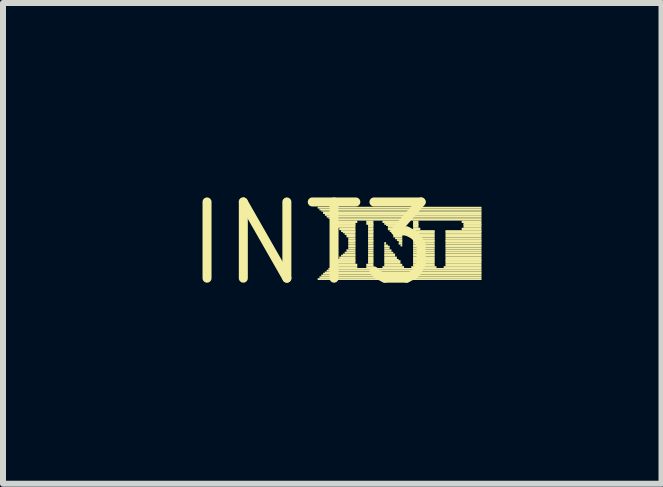
<source format=kicad_pcb>
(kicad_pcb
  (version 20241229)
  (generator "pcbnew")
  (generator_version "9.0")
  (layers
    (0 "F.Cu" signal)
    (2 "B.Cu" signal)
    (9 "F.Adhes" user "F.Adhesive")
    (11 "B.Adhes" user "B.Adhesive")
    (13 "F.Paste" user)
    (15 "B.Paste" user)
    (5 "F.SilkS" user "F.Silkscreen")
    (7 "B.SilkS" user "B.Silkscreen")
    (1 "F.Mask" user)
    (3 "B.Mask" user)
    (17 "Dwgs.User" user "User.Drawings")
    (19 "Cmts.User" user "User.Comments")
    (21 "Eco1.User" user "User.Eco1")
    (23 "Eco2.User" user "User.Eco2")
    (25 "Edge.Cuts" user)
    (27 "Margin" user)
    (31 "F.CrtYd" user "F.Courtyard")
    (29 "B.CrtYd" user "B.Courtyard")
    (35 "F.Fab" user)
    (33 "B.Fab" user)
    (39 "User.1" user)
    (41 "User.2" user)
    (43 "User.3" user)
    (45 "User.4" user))
  (footprint "INT3"
    (layer "F.Cu")
    (at 2.154 1.006)
    (property "Reference" "INT3" (at 0 0 0) (layer "F.SilkS") (effects (font (size 1.27 1.27) (thickness 0.15))))
    (fp_poly (pts (xy 0.09 -0.58) (xy 2.82 -0.58) (xy 2.82 -0.61) (xy 0.09 -0.61)) (stroke (width 0) (type default)) (fill yes) (layer "F.SilkS"))
    (fp_poly (pts (xy 0.09 0.61) (xy 2.82 0.61) (xy 2.82 0.58) (xy 0.09 0.58)) (stroke (width 0) (type default)) (fill yes) (layer "F.SilkS"))
    (fp_poly (pts (xy 0.12 -0.55) (xy 2.82 -0.55) (xy 2.82 -0.58) (xy 0.12 -0.58)) (stroke (width 0) (type default)) (fill yes) (layer "F.SilkS"))
    (fp_poly (pts (xy 0.12 0.58) (xy 2.82 0.58) (xy 2.82 0.55) (xy 0.12 0.55)) (stroke (width 0) (type default)) (fill yes) (layer "F.SilkS"))
    (fp_poly (pts (xy 0.15 -0.53) (xy 2.82 -0.53) (xy 2.82 -0.55) (xy 0.15 -0.55)) (stroke (width 0) (type default)) (fill yes) (layer "F.SilkS"))
    (fp_poly (pts (xy 0.15 0.55) (xy 2.82 0.55) (xy 2.82 0.52) (xy 0.15 0.52)) (stroke (width 0) (type default)) (fill yes) (layer "F.SilkS"))
    (fp_poly (pts (xy 0.18 -0.49) (xy 2.82 -0.49) (xy 2.82 -0.53) (xy 0.18 -0.53)) (stroke (width 0) (type default)) (fill yes) (layer "F.SilkS"))
    (fp_poly (pts (xy 0.18 0.52) (xy 2.82 0.52) (xy 2.82 0.49) (xy 0.18 0.49)) (stroke (width 0) (type default)) (fill yes) (layer "F.SilkS"))
    (fp_poly (pts (xy 0.21 -0.46) (xy 2.82 -0.46) (xy 2.82 -0.49) (xy 0.21 -0.49)) (stroke (width 0) (type default)) (fill yes) (layer "F.SilkS"))
    (fp_poly (pts (xy 0.21 0.5) (xy 2.82 0.5) (xy 2.82 0.47) (xy 0.21 0.47)) (stroke (width 0) (type default)) (fill yes) (layer "F.SilkS"))
    (fp_poly (pts (xy 0.24 -0.43) (xy 2.82 -0.43) (xy 2.82 -0.46) (xy 0.24 -0.46)) (stroke (width 0) (type default)) (fill yes) (layer "F.SilkS"))
    (fp_poly (pts (xy 0.24 0.47) (xy 2.82 0.47) (xy 2.82 0.44) (xy 0.24 0.44)) (stroke (width 0) (type default)) (fill yes) (layer "F.SilkS"))
    (fp_poly (pts (xy 0.27 -0.41) (xy 2.82 -0.41) (xy 2.82 -0.43) (xy 0.27 -0.43)) (stroke (width 0) (type default)) (fill yes) (layer "F.SilkS"))
    (fp_poly (pts (xy 0.27 0.44) (xy 2.82 0.44) (xy 2.82 0.41) (xy 0.27 0.41)) (stroke (width 0) (type default)) (fill yes) (layer "F.SilkS"))
    (fp_poly (pts (xy 0.3 -0.38) (xy 2.82 -0.38) (xy 2.82 -0.41) (xy 0.3 -0.41)) (stroke (width 0) (type default)) (fill yes) (layer "F.SilkS"))
    (fp_poly (pts (xy 0.3 0.41) (xy 0.75 0.41) (xy 0.75 0.38) (xy 0.3 0.38)) (stroke (width 0) (type default)) (fill yes) (layer "F.SilkS"))
    (fp_poly (pts (xy 0.33 -0.34) (xy 0.75 -0.34) (xy 0.75 -0.38) (xy 0.33 -0.38)) (stroke (width 0) (type default)) (fill yes) (layer "F.SilkS"))
    (fp_poly (pts (xy 0.33 0.38) (xy 0.75 0.38) (xy 0.75 0.34) (xy 0.33 0.34)) (stroke (width 0) (type default)) (fill yes) (layer "F.SilkS"))
    (fp_poly (pts (xy 0.36 -0.31) (xy 0.72 -0.31) (xy 0.72 -0.34) (xy 0.36 -0.34)) (stroke (width 0) (type default)) (fill yes) (layer "F.SilkS"))
    (fp_poly (pts (xy 0.36 0.34) (xy 0.72 0.34) (xy 0.72 0.31) (xy 0.36 0.31)) (stroke (width 0) (type default)) (fill yes) (layer "F.SilkS"))
    (fp_poly (pts (xy 0.39 -0.29) (xy 0.72 -0.29) (xy 0.72 -0.32) (xy 0.39 -0.32)) (stroke (width 0) (type default)) (fill yes) (layer "F.SilkS"))
    (fp_poly (pts (xy 0.39 0.31) (xy 0.72 0.31) (xy 0.72 0.28) (xy 0.39 0.28)) (stroke (width 0) (type default)) (fill yes) (layer "F.SilkS"))
    (fp_poly (pts (xy 0.42 -0.26) (xy 0.72 -0.26) (xy 0.72 -0.29) (xy 0.42 -0.29)) (stroke (width 0) (type default)) (fill yes) (layer "F.SilkS"))
    (fp_poly (pts (xy 0.42 0.29) (xy 0.72 0.29) (xy 0.72 0.26) (xy 0.42 0.26)) (stroke (width 0) (type default)) (fill yes) (layer "F.SilkS"))
    (fp_poly (pts (xy 0.45 -0.22) (xy 0.72 -0.22) (xy 0.72 -0.26) (xy 0.45 -0.26)) (stroke (width 0) (type default)) (fill yes) (layer "F.SilkS"))
    (fp_poly (pts (xy 0.45 0.26) (xy 0.72 0.26) (xy 0.72 0.22) (xy 0.45 0.22)) (stroke (width 0) (type default)) (fill yes) (layer "F.SilkS"))
    (fp_poly (pts (xy 0.48 -0.19) (xy 0.72 -0.19) (xy 0.72 -0.22) (xy 0.48 -0.22)) (stroke (width 0) (type default)) (fill yes) (layer "F.SilkS"))
    (fp_poly (pts (xy 0.48 0.22) (xy 0.72 0.22) (xy 0.72 0.19) (xy 0.48 0.19)) (stroke (width 0) (type default)) (fill yes) (layer "F.SilkS"))
    (fp_poly (pts (xy 0.51 -0.17) (xy 0.72 -0.17) (xy 0.72 -0.2) (xy 0.51 -0.2)) (stroke (width 0) (type default)) (fill yes) (layer "F.SilkS"))
    (fp_poly (pts (xy 0.51 0.2) (xy 0.72 0.2) (xy 0.72 0.17) (xy 0.51 0.17)) (stroke (width 0) (type default)) (fill yes) (layer "F.SilkS"))
    (fp_poly (pts (xy 0.54 -0.14) (xy 0.72 -0.14) (xy 0.72 -0.17) (xy 0.54 -0.17)) (stroke (width 0) (type default)) (fill yes) (layer "F.SilkS"))
    (fp_poly (pts (xy 0.54 0.17) (xy 0.72 0.17) (xy 0.72 0.14) (xy 0.54 0.14)) (stroke (width 0) (type default)) (fill yes) (layer "F.SilkS"))
    (fp_poly (pts (xy 0.57 -0.1) (xy 0.72 -0.1) (xy 0.72 -0.14) (xy 0.57 -0.14)) (stroke (width 0) (type default)) (fill yes) (layer "F.SilkS"))
    (fp_poly (pts (xy 0.57 0.14) (xy 0.72 0.14) (xy 0.72 0.1) (xy 0.57 0.1)) (stroke (width 0) (type default)) (fill yes) (layer "F.SilkS"))
    (fp_poly (pts (xy 0.6 -0.07) (xy 0.72 -0.07) (xy 0.72 -0.1) (xy 0.6 -0.1)) (stroke (width 0) (type default)) (fill yes) (layer "F.SilkS"))
    (fp_poly (pts (xy 0.6 -0.04) (xy 0.72 -0.04) (xy 0.72 -0.07) (xy 0.6 -0.07)) (stroke (width 0) (type default)) (fill yes) (layer "F.SilkS"))
    (fp_poly (pts (xy 0.6 -0.02) (xy 0.72 -0.02) (xy 0.72 -0.05) (xy 0.6 -0.05)) (stroke (width 0) (type default)) (fill yes) (layer "F.SilkS"))
    (fp_poly (pts (xy 0.6 0.02) (xy 0.72 0.02) (xy 0.72 -0.02) (xy 0.6 -0.02)) (stroke (width 0) (type default)) (fill yes) (layer "F.SilkS"))
    (fp_poly (pts (xy 0.6 0.05) (xy 0.72 0.05) (xy 0.72 0.02) (xy 0.6 0.02)) (stroke (width 0) (type default)) (fill yes) (layer "F.SilkS"))
    (fp_poly (pts (xy 0.6 0.07) (xy 0.72 0.07) (xy 0.72 0.04) (xy 0.6 0.04)) (stroke (width 0) (type default)) (fill yes) (layer "F.SilkS"))
    (fp_poly (pts (xy 0.6 0.1) (xy 0.72 0.1) (xy 0.72 0.07) (xy 0.6 0.07)) (stroke (width 0) (type default)) (fill yes) (layer "F.SilkS"))
    (fp_poly (pts (xy 0.9 -0.34) (xy 1.02 -0.34) (xy 1.02 -0.38) (xy 0.9 -0.38)) (stroke (width 0) (type default)) (fill yes) (layer "F.SilkS"))
    (fp_poly (pts (xy 0.9 -0.31) (xy 1.02 -0.31) (xy 1.02 -0.34) (xy 0.9 -0.34)) (stroke (width 0) (type default)) (fill yes) (layer "F.SilkS"))
    (fp_poly (pts (xy 0.9 0.38) (xy 1.02 0.38) (xy 1.02 0.34) (xy 0.9 0.34)) (stroke (width 0) (type default)) (fill yes) (layer "F.SilkS"))
    (fp_poly (pts (xy 0.9 0.41) (xy 1.02 0.41) (xy 1.02 0.38) (xy 0.9 0.38)) (stroke (width 0) (type default)) (fill yes) (layer "F.SilkS"))
    (fp_poly (pts (xy 0.93 -0.29) (xy 1.02 -0.29) (xy 1.02 -0.32) (xy 0.93 -0.32)) (stroke (width 0) (type default)) (fill yes) (layer "F.SilkS"))
    (fp_poly (pts (xy 0.93 -0.26) (xy 1.02 -0.26) (xy 1.02 -0.29) (xy 0.93 -0.29)) (stroke (width 0) (type default)) (fill yes) (layer "F.SilkS"))
    (fp_poly (pts (xy 0.93 -0.22) (xy 1.02 -0.22) (xy 1.02 -0.26) (xy 0.93 -0.26)) (stroke (width 0) (type default)) (fill yes) (layer "F.SilkS"))
    (fp_poly (pts (xy 0.93 -0.19) (xy 1.02 -0.19) (xy 1.02 -0.22) (xy 0.93 -0.22)) (stroke (width 0) (type default)) (fill yes) (layer "F.SilkS"))
    (fp_poly (pts (xy 0.93 -0.17) (xy 1.02 -0.17) (xy 1.02 -0.2) (xy 0.93 -0.2)) (stroke (width 0) (type default)) (fill yes) (layer "F.SilkS"))
    (fp_poly (pts (xy 0.93 -0.14) (xy 1.02 -0.14) (xy 1.02 -0.17) (xy 0.93 -0.17)) (stroke (width 0) (type default)) (fill yes) (layer "F.SilkS"))
    (fp_poly (pts (xy 0.93 -0.1) (xy 1.02 -0.1) (xy 1.02 -0.14) (xy 0.93 -0.14)) (stroke (width 0) (type default)) (fill yes) (layer "F.SilkS"))
    (fp_poly (pts (xy 0.93 -0.07) (xy 1.02 -0.07) (xy 1.02 -0.1) (xy 0.93 -0.1)) (stroke (width 0) (type default)) (fill yes) (layer "F.SilkS"))
    (fp_poly (pts (xy 0.93 -0.04) (xy 1.02 -0.04) (xy 1.02 -0.07) (xy 0.93 -0.07)) (stroke (width 0) (type default)) (fill yes) (layer "F.SilkS"))
    (fp_poly (pts (xy 0.93 -0.02) (xy 1.02 -0.02) (xy 1.02 -0.05) (xy 0.93 -0.05)) (stroke (width 0) (type default)) (fill yes) (layer "F.SilkS"))
    (fp_poly (pts (xy 0.93 0.02) (xy 1.02 0.02) (xy 1.02 -0.02) (xy 0.93 -0.02)) (stroke (width 0) (type default)) (fill yes) (layer "F.SilkS"))
    (fp_poly (pts (xy 0.93 0.05) (xy 1.02 0.05) (xy 1.02 0.02) (xy 0.93 0.02)) (stroke (width 0) (type default)) (fill yes) (layer "F.SilkS"))
    (fp_poly (pts (xy 0.93 0.07) (xy 1.02 0.07) (xy 1.02 0.04) (xy 0.93 0.04)) (stroke (width 0) (type default)) (fill yes) (layer "F.SilkS"))
    (fp_poly (pts (xy 0.93 0.1) (xy 1.02 0.1) (xy 1.02 0.07) (xy 0.93 0.07)) (stroke (width 0) (type default)) (fill yes) (layer "F.SilkS"))
    (fp_poly (pts (xy 0.93 0.14) (xy 1.02 0.14) (xy 1.02 0.1) (xy 0.93 0.1)) (stroke (width 0) (type default)) (fill yes) (layer "F.SilkS"))
    (fp_poly (pts (xy 0.93 0.17) (xy 1.02 0.17) (xy 1.02 0.14) (xy 0.93 0.14)) (stroke (width 0) (type default)) (fill yes) (layer "F.SilkS"))
    (fp_poly (pts (xy 0.93 0.2) (xy 1.02 0.2) (xy 1.02 0.17) (xy 0.93 0.17)) (stroke (width 0) (type default)) (fill yes) (layer "F.SilkS"))
    (fp_poly (pts (xy 0.93 0.22) (xy 1.02 0.22) (xy 1.02 0.19) (xy 0.93 0.19)) (stroke (width 0) (type default)) (fill yes) (layer "F.SilkS"))
    (fp_poly (pts (xy 0.93 0.26) (xy 1.02 0.26) (xy 1.02 0.22) (xy 0.93 0.22)) (stroke (width 0) (type default)) (fill yes) (layer "F.SilkS"))
    (fp_poly (pts (xy 0.93 0.29) (xy 1.02 0.29) (xy 1.02 0.26) (xy 0.93 0.26)) (stroke (width 0) (type default)) (fill yes) (layer "F.SilkS"))
    (fp_poly (pts (xy 0.93 0.31) (xy 1.02 0.31) (xy 1.02 0.28) (xy 0.93 0.28)) (stroke (width 0) (type default)) (fill yes) (layer "F.SilkS"))
    (fp_poly (pts (xy 0.93 0.34) (xy 1.02 0.34) (xy 1.02 0.31) (xy 0.93 0.31)) (stroke (width 0) (type default)) (fill yes) (layer "F.SilkS"))
    (fp_poly (pts (xy 1.17 -0.34) (xy 1.53 -0.34) (xy 1.53 -0.38) (xy 1.17 -0.38)) (stroke (width 0) (type default)) (fill yes) (layer "F.SilkS"))
    (fp_poly (pts (xy 1.17 0.41) (xy 1.53 0.41) (xy 1.53 0.38) (xy 1.17 0.38)) (stroke (width 0) (type default)) (fill yes) (layer "F.SilkS"))
    (fp_poly (pts (xy 1.2 -0.31) (xy 1.5 -0.31) (xy 1.5 -0.34) (xy 1.2 -0.34)) (stroke (width 0) (type default)) (fill yes) (layer "F.SilkS"))
    (fp_poly (pts (xy 1.2 0.02) (xy 1.23 0.02) (xy 1.23 -0.02) (xy 1.2 -0.02)) (stroke (width 0) (type default)) (fill yes) (layer "F.SilkS"))
    (fp_poly (pts (xy 1.2 0.05) (xy 1.26 0.05) (xy 1.26 0.02) (xy 1.2 0.02)) (stroke (width 0) (type default)) (fill yes) (layer "F.SilkS"))
    (fp_poly (pts (xy 1.2 0.07) (xy 1.29 0.07) (xy 1.29 0.04) (xy 1.2 0.04)) (stroke (width 0) (type default)) (fill yes) (layer "F.SilkS"))
    (fp_poly (pts (xy 1.2 0.1) (xy 1.29 0.1) (xy 1.29 0.07) (xy 1.2 0.07)) (stroke (width 0) (type default)) (fill yes) (layer "F.SilkS"))
    (fp_poly (pts (xy 1.2 0.14) (xy 1.32 0.14) (xy 1.32 0.1) (xy 1.2 0.1)) (stroke (width 0) (type default)) (fill yes) (layer "F.SilkS"))
    (fp_poly (pts (xy 1.2 0.17) (xy 1.35 0.17) (xy 1.35 0.14) (xy 1.2 0.14)) (stroke (width 0) (type default)) (fill yes) (layer "F.SilkS"))
    (fp_poly (pts (xy 1.2 0.2) (xy 1.38 0.2) (xy 1.38 0.17) (xy 1.2 0.17)) (stroke (width 0) (type default)) (fill yes) (layer "F.SilkS"))
    (fp_poly (pts (xy 1.2 0.22) (xy 1.38 0.22) (xy 1.38 0.19) (xy 1.2 0.19)) (stroke (width 0) (type default)) (fill yes) (layer "F.SilkS"))
    (fp_poly (pts (xy 1.2 0.26) (xy 1.41 0.26) (xy 1.41 0.22) (xy 1.2 0.22)) (stroke (width 0) (type default)) (fill yes) (layer "F.SilkS"))
    (fp_poly (pts (xy 1.2 0.29) (xy 1.44 0.29) (xy 1.44 0.26) (xy 1.2 0.26)) (stroke (width 0) (type default)) (fill yes) (layer "F.SilkS"))
    (fp_poly (pts (xy 1.2 0.31) (xy 1.47 0.31) (xy 1.47 0.28) (xy 1.2 0.28)) (stroke (width 0) (type default)) (fill yes) (layer "F.SilkS"))
    (fp_poly (pts (xy 1.2 0.34) (xy 1.47 0.34) (xy 1.47 0.31) (xy 1.2 0.31)) (stroke (width 0) (type default)) (fill yes) (layer "F.SilkS"))
    (fp_poly (pts (xy 1.2 0.38) (xy 1.5 0.38) (xy 1.5 0.34) (xy 1.2 0.34)) (stroke (width 0) (type default)) (fill yes) (layer "F.SilkS"))
    (fp_poly (pts (xy 1.23 -0.29) (xy 1.5 -0.29) (xy 1.5 -0.32) (xy 1.23 -0.32)) (stroke (width 0) (type default)) (fill yes) (layer "F.SilkS"))
    (fp_poly (pts (xy 1.26 -0.26) (xy 1.5 -0.26) (xy 1.5 -0.29) (xy 1.26 -0.29)) (stroke (width 0) (type default)) (fill yes) (layer "F.SilkS"))
    (fp_poly (pts (xy 1.26 -0.22) (xy 1.5 -0.22) (xy 1.5 -0.26) (xy 1.26 -0.26)) (stroke (width 0) (type default)) (fill yes) (layer "F.SilkS"))
    (fp_poly (pts (xy 1.29 -0.19) (xy 1.5 -0.19) (xy 1.5 -0.22) (xy 1.29 -0.22)) (stroke (width 0) (type default)) (fill yes) (layer "F.SilkS"))
    (fp_poly (pts (xy 1.32 -0.17) (xy 1.5 -0.17) (xy 1.5 -0.2) (xy 1.32 -0.2)) (stroke (width 0) (type default)) (fill yes) (layer "F.SilkS"))
    (fp_poly (pts (xy 1.35 -0.14) (xy 1.5 -0.14) (xy 1.5 -0.17) (xy 1.35 -0.17)) (stroke (width 0) (type default)) (fill yes) (layer "F.SilkS"))
    (fp_poly (pts (xy 1.35 -0.1) (xy 1.5 -0.1) (xy 1.5 -0.14) (xy 1.35 -0.14)) (stroke (width 0) (type default)) (fill yes) (layer "F.SilkS"))
    (fp_poly (pts (xy 1.38 -0.07) (xy 1.5 -0.07) (xy 1.5 -0.1) (xy 1.38 -0.1)) (stroke (width 0) (type default)) (fill yes) (layer "F.SilkS"))
    (fp_poly (pts (xy 1.41 -0.04) (xy 1.5 -0.04) (xy 1.5 -0.07) (xy 1.41 -0.07)) (stroke (width 0) (type default)) (fill yes) (layer "F.SilkS"))
    (fp_poly (pts (xy 1.44 -0.02) (xy 1.5 -0.02) (xy 1.5 -0.05) (xy 1.44 -0.05)) (stroke (width 0) (type default)) (fill yes) (layer "F.SilkS"))
    (fp_poly (pts (xy 1.44 0.02) (xy 1.5 0.02) (xy 1.5 -0.02) (xy 1.44 -0.02)) (stroke (width 0) (type default)) (fill yes) (layer "F.SilkS"))
    (fp_poly (pts (xy 1.47 0.05) (xy 1.5 0.05) (xy 1.5 0.02) (xy 1.47 0.02)) (stroke (width 0) (type default)) (fill yes) (layer "F.SilkS"))
    (fp_poly (pts (xy 1.65 0.41) (xy 2.07 0.41) (xy 2.07 0.38) (xy 1.65 0.38)) (stroke (width 0) (type default)) (fill yes) (layer "F.SilkS"))
    (fp_poly (pts (xy 1.68 -0.34) (xy 1.77 -0.34) (xy 1.77 -0.38) (xy 1.68 -0.38)) (stroke (width 0) (type default)) (fill yes) (layer "F.SilkS"))
    (fp_poly (pts (xy 1.68 -0.31) (xy 1.77 -0.31) (xy 1.77 -0.34) (xy 1.68 -0.34)) (stroke (width 0) (type default)) (fill yes) (layer "F.SilkS"))
    (fp_poly (pts (xy 1.68 -0.29) (xy 1.77 -0.29) (xy 1.77 -0.32) (xy 1.68 -0.32)) (stroke (width 0) (type default)) (fill yes) (layer "F.SilkS"))
    (fp_poly (pts (xy 1.68 -0.26) (xy 1.77 -0.26) (xy 1.77 -0.29) (xy 1.68 -0.29)) (stroke (width 0) (type default)) (fill yes) (layer "F.SilkS"))
    (fp_poly (pts (xy 1.68 -0.22) (xy 1.8 -0.22) (xy 1.8 -0.26) (xy 1.68 -0.26)) (stroke (width 0) (type default)) (fill yes) (layer "F.SilkS"))
    (fp_poly (pts (xy 1.68 -0.19) (xy 2.04 -0.19) (xy 2.04 -0.22) (xy 1.68 -0.22)) (stroke (width 0) (type default)) (fill yes) (layer "F.SilkS"))
    (fp_poly (pts (xy 1.68 -0.17) (xy 2.04 -0.17) (xy 2.04 -0.2) (xy 1.68 -0.2)) (stroke (width 0) (type default)) (fill yes) (layer "F.SilkS"))
    (fp_poly (pts (xy 1.68 -0.14) (xy 2.04 -0.14) (xy 2.04 -0.17) (xy 1.68 -0.17)) (stroke (width 0) (type default)) (fill yes) (layer "F.SilkS"))
    (fp_poly (pts (xy 1.68 -0.1) (xy 2.04 -0.1) (xy 2.04 -0.14) (xy 1.68 -0.14)) (stroke (width 0) (type default)) (fill yes) (layer "F.SilkS"))
    (fp_poly (pts (xy 1.68 -0.07) (xy 2.04 -0.07) (xy 2.04 -0.1) (xy 1.68 -0.1)) (stroke (width 0) (type default)) (fill yes) (layer "F.SilkS"))
    (fp_poly (pts (xy 1.68 -0.04) (xy 2.04 -0.04) (xy 2.04 -0.07) (xy 1.68 -0.07)) (stroke (width 0) (type default)) (fill yes) (layer "F.SilkS"))
    (fp_poly (pts (xy 1.68 -0.02) (xy 2.04 -0.02) (xy 2.04 -0.05) (xy 1.68 -0.05)) (stroke (width 0) (type default)) (fill yes) (layer "F.SilkS"))
    (fp_poly (pts (xy 1.68 0.02) (xy 2.04 0.02) (xy 2.04 -0.02) (xy 1.68 -0.02)) (stroke (width 0) (type default)) (fill yes) (layer "F.SilkS"))
    (fp_poly (pts (xy 1.68 0.05) (xy 2.04 0.05) (xy 2.04 0.02) (xy 1.68 0.02)) (stroke (width 0) (type default)) (fill yes) (layer "F.SilkS"))
    (fp_poly (pts (xy 1.68 0.07) (xy 2.04 0.07) (xy 2.04 0.04) (xy 1.68 0.04)) (stroke (width 0) (type default)) (fill yes) (layer "F.SilkS"))
    (fp_poly (pts (xy 1.68 0.1) (xy 2.04 0.1) (xy 2.04 0.07) (xy 1.68 0.07)) (stroke (width 0) (type default)) (fill yes) (layer "F.SilkS"))
    (fp_poly (pts (xy 1.68 0.14) (xy 2.04 0.14) (xy 2.04 0.1) (xy 1.68 0.1)) (stroke (width 0) (type default)) (fill yes) (layer "F.SilkS"))
    (fp_poly (pts (xy 1.68 0.17) (xy 2.04 0.17) (xy 2.04 0.14) (xy 1.68 0.14)) (stroke (width 0) (type default)) (fill yes) (layer "F.SilkS"))
    (fp_poly (pts (xy 1.68 0.2) (xy 2.04 0.2) (xy 2.04 0.17) (xy 1.68 0.17)) (stroke (width 0) (type default)) (fill yes) (layer "F.SilkS"))
    (fp_poly (pts (xy 1.68 0.22) (xy 2.04 0.22) (xy 2.04 0.19) (xy 1.68 0.19)) (stroke (width 0) (type default)) (fill yes) (layer "F.SilkS"))
    (fp_poly (pts (xy 1.68 0.26) (xy 2.04 0.26) (xy 2.04 0.22) (xy 1.68 0.22)) (stroke (width 0) (type default)) (fill yes) (layer "F.SilkS"))
    (fp_poly (pts (xy 1.68 0.29) (xy 2.04 0.29) (xy 2.04 0.26) (xy 1.68 0.26)) (stroke (width 0) (type default)) (fill yes) (layer "F.SilkS"))
    (fp_poly (pts (xy 1.68 0.31) (xy 2.04 0.31) (xy 2.04 0.28) (xy 1.68 0.28)) (stroke (width 0) (type default)) (fill yes) (layer "F.SilkS"))
    (fp_poly (pts (xy 1.68 0.34) (xy 2.04 0.34) (xy 2.04 0.31) (xy 1.68 0.31)) (stroke (width 0) (type default)) (fill yes) (layer "F.SilkS"))
    (fp_poly (pts (xy 1.68 0.38) (xy 2.04 0.38) (xy 2.04 0.34) (xy 1.68 0.34)) (stroke (width 0) (type default)) (fill yes) (layer "F.SilkS"))
    (fp_poly (pts (xy 2.19 0.41) (xy 2.82 0.41) (xy 2.82 0.38) (xy 2.19 0.38)) (stroke (width 0) (type default)) (fill yes) (layer "F.SilkS"))
    (fp_poly (pts (xy 2.22 -0.19) (xy 2.82 -0.19) (xy 2.82 -0.22) (xy 2.22 -0.22)) (stroke (width 0) (type default)) (fill yes) (layer "F.SilkS"))
    (fp_poly (pts (xy 2.22 -0.17) (xy 2.82 -0.17) (xy 2.82 -0.2) (xy 2.22 -0.2)) (stroke (width 0) (type default)) (fill yes) (layer "F.SilkS"))
    (fp_poly (pts (xy 2.22 -0.14) (xy 2.82 -0.14) (xy 2.82 -0.17) (xy 2.22 -0.17)) (stroke (width 0) (type default)) (fill yes) (layer "F.SilkS"))
    (fp_poly (pts (xy 2.22 -0.1) (xy 2.82 -0.1) (xy 2.82 -0.14) (xy 2.22 -0.14)) (stroke (width 0) (type default)) (fill yes) (layer "F.SilkS"))
    (fp_poly (pts (xy 2.22 -0.07) (xy 2.82 -0.07) (xy 2.82 -0.1) (xy 2.22 -0.1)) (stroke (width 0) (type default)) (fill yes) (layer "F.SilkS"))
    (fp_poly (pts (xy 2.22 -0.04) (xy 2.82 -0.04) (xy 2.82 -0.07) (xy 2.22 -0.07)) (stroke (width 0) (type default)) (fill yes) (layer "F.SilkS"))
    (fp_poly (pts (xy 2.22 -0.02) (xy 2.82 -0.02) (xy 2.82 -0.05) (xy 2.22 -0.05)) (stroke (width 0) (type default)) (fill yes) (layer "F.SilkS"))
    (fp_poly (pts (xy 2.22 0.02) (xy 2.82 0.02) (xy 2.82 -0.02) (xy 2.22 -0.02)) (stroke (width 0) (type default)) (fill yes) (layer "F.SilkS"))
    (fp_poly (pts (xy 2.22 0.05) (xy 2.82 0.05) (xy 2.82 0.02) (xy 2.22 0.02)) (stroke (width 0) (type default)) (fill yes) (layer "F.SilkS"))
    (fp_poly (pts (xy 2.22 0.07) (xy 2.82 0.07) (xy 2.82 0.04) (xy 2.22 0.04)) (stroke (width 0) (type default)) (fill yes) (layer "F.SilkS"))
    (fp_poly (pts (xy 2.22 0.1) (xy 2.82 0.1) (xy 2.82 0.07) (xy 2.22 0.07)) (stroke (width 0) (type default)) (fill yes) (layer "F.SilkS"))
    (fp_poly (pts (xy 2.22 0.14) (xy 2.82 0.14) (xy 2.82 0.1) (xy 2.22 0.1)) (stroke (width 0) (type default)) (fill yes) (layer "F.SilkS"))
    (fp_poly (pts (xy 2.22 0.17) (xy 2.82 0.17) (xy 2.82 0.14) (xy 2.22 0.14)) (stroke (width 0) (type default)) (fill yes) (layer "F.SilkS"))
    (fp_poly (pts (xy 2.22 0.2) (xy 2.82 0.2) (xy 2.82 0.17) (xy 2.22 0.17)) (stroke (width 0) (type default)) (fill yes) (layer "F.SilkS"))
    (fp_poly (pts (xy 2.22 0.22) (xy 2.82 0.22) (xy 2.82 0.19) (xy 2.22 0.19)) (stroke (width 0) (type default)) (fill yes) (layer "F.SilkS"))
    (fp_poly (pts (xy 2.22 0.26) (xy 2.82 0.26) (xy 2.82 0.22) (xy 2.22 0.22)) (stroke (width 0) (type default)) (fill yes) (layer "F.SilkS"))
    (fp_poly (pts (xy 2.22 0.29) (xy 2.82 0.29) (xy 2.82 0.26) (xy 2.22 0.26)) (stroke (width 0) (type default)) (fill yes) (layer "F.SilkS"))
    (fp_poly (pts (xy 2.22 0.31) (xy 2.82 0.31) (xy 2.82 0.28) (xy 2.22 0.28)) (stroke (width 0) (type default)) (fill yes) (layer "F.SilkS"))
    (fp_poly (pts (xy 2.22 0.34) (xy 2.82 0.34) (xy 2.82 0.31) (xy 2.22 0.31)) (stroke (width 0) (type default)) (fill yes) (layer "F.SilkS"))
    (fp_poly (pts (xy 2.22 0.38) (xy 2.82 0.38) (xy 2.82 0.34) (xy 2.22 0.34)) (stroke (width 0) (type default)) (fill yes) (layer "F.SilkS"))
    (fp_poly (pts (xy 2.49 -0.34) (xy 2.82 -0.34) (xy 2.82 -0.38) (xy 2.49 -0.38)) (stroke (width 0) (type default)) (fill yes) (layer "F.SilkS"))
    (fp_poly (pts (xy 2.49 -0.22) (xy 2.82 -0.22) (xy 2.82 -0.26) (xy 2.49 -0.26)) (stroke (width 0) (type default)) (fill yes) (layer "F.SilkS"))
    (fp_poly (pts (xy 2.52 -0.31) (xy 2.82 -0.31) (xy 2.82 -0.34) (xy 2.52 -0.34)) (stroke (width 0) (type default)) (fill yes) (layer "F.SilkS"))
    (fp_poly (pts (xy 2.52 -0.29) (xy 2.82 -0.29) (xy 2.82 -0.32) (xy 2.52 -0.32)) (stroke (width 0) (type default)) (fill yes) (layer "F.SilkS"))
    (fp_poly (pts (xy 2.52 -0.26) (xy 2.82 -0.26) (xy 2.82 -0.29) (xy 2.52 -0.29)) (stroke (width 0) (type default)) (fill yes) (layer "F.SilkS")))
  (gr_rect
    (start -3 -3)
    (end 7.974 5.012)
    (stroke (width 0.1) (type default))
    (fill no)
    (layer "Edge.Cuts")))
</source>
